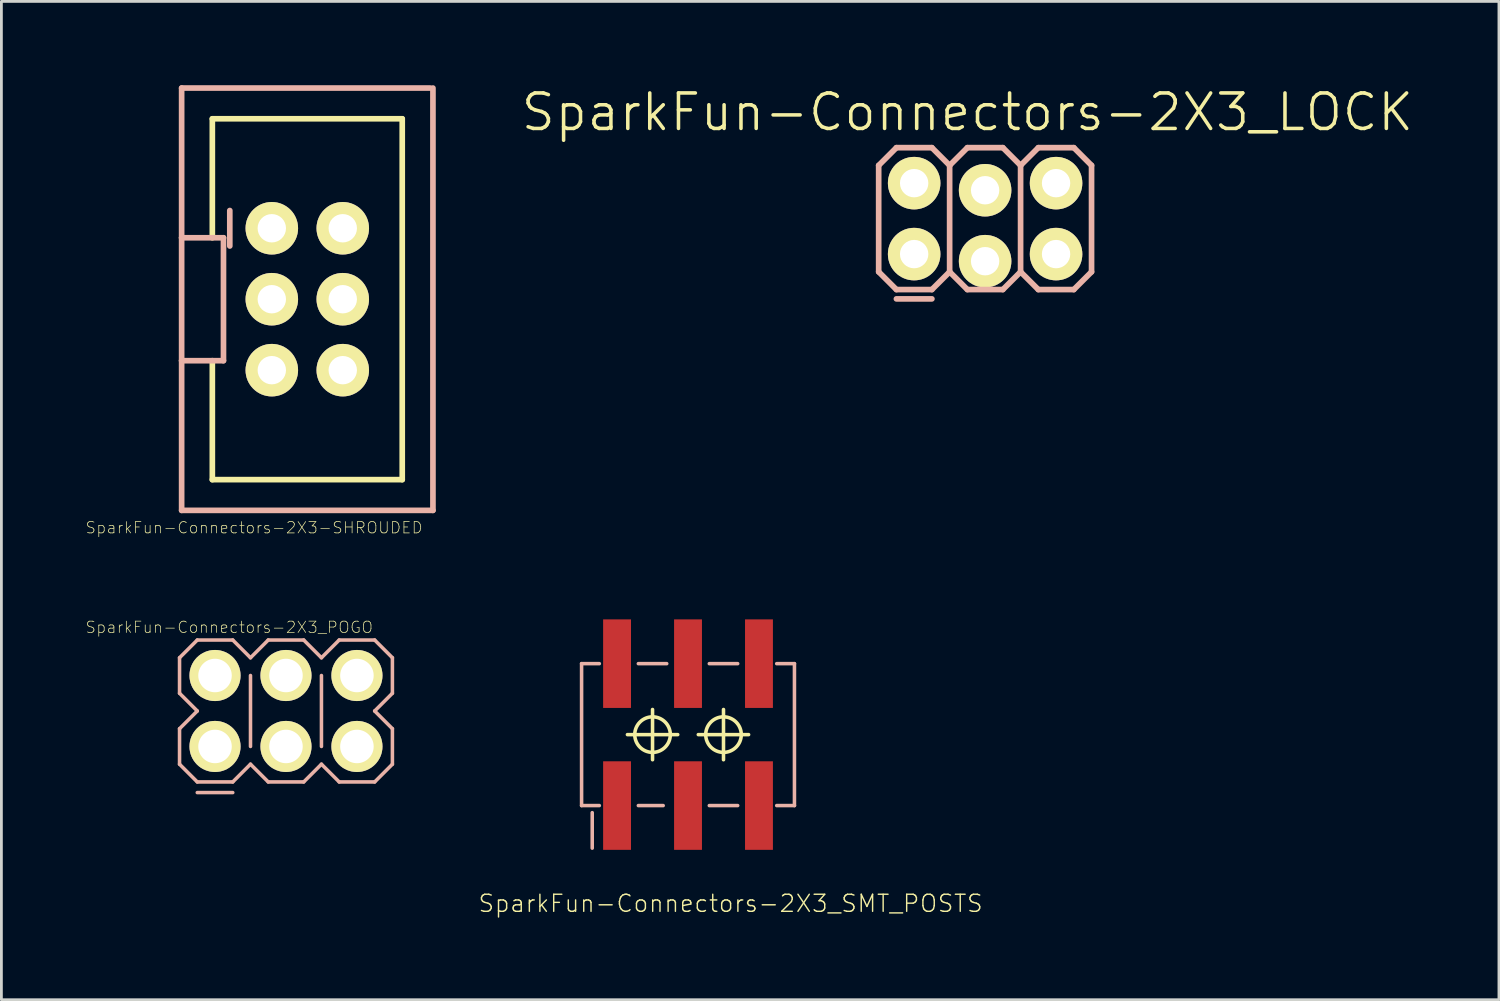
<source format=kicad_pcb>
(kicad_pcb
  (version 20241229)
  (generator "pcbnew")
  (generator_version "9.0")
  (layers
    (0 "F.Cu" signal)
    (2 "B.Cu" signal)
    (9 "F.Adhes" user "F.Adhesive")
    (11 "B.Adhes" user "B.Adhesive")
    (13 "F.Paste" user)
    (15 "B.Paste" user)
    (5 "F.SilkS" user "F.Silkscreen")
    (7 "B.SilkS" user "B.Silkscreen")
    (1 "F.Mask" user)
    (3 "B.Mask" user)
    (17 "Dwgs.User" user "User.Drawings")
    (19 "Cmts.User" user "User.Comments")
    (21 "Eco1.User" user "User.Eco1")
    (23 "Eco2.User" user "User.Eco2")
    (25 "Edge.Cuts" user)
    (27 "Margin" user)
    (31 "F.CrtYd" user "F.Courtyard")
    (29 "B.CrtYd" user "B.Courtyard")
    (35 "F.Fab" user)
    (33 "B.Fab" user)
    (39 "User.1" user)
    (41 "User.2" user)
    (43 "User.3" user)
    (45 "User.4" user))
  (footprint "SparkFun-Connectors-2X3_SMT_POSTS"
    (layer "F.Cu")
    (at 21.579 23.247)
    (property "Reference" "SparkFun-Connectors-2X3_SMT_POSTS" (at 1.524 6.045 0) (layer "F.SilkS") (effects (font (size 0.61 0.61) (thickness 0.051))))
    (attr smd)
    (fp_line (start -2.169 0) (end -0.368 0) (stroke (width 0.127) (type solid)) (layer "F.SilkS"))
    (fp_line (start -1.27 0.899) (end -1.27 -0.899) (stroke (width 0.127) (type solid)) (layer "F.SilkS"))
    (fp_line (start 0.368 0) (end 2.169 0) (stroke (width 0.127) (type solid)) (layer "F.SilkS"))
    (fp_line (start 1.27 0.899) (end 1.27 -0.899) (stroke (width 0.127) (type solid)) (layer "F.SilkS"))
    (fp_circle (center -1.27 0) (end -1.72 0.45) (stroke (width 0.127) (type solid)) (fill no) (layer "F.SilkS"))
    (fp_circle (center 1.27 0) (end 1.72 0.45) (stroke (width 0.127) (type solid)) (fill no) (layer "F.SilkS"))
    (fp_line (start -3.81 -2.54) (end -3.81 2.54) (stroke (width 0.127) (type solid)) (layer "B.SilkS"))
    (fp_line (start -3.81 2.54) (end -3.175 2.54) (stroke (width 0.127) (type solid)) (layer "B.SilkS"))
    (fp_line (start -3.429 4.064) (end -3.429 2.794) (stroke (width 0.127) (type solid)) (layer "B.SilkS"))
    (fp_line (start -3.175 -2.54) (end -3.81 -2.54) (stroke (width 0.127) (type solid)) (layer "B.SilkS"))
    (fp_line (start -1.778 -2.54) (end -0.762 -2.54) (stroke (width 0.127) (type solid)) (layer "B.SilkS"))
    (fp_line (start -1.778 2.54) (end -0.889 2.54) (stroke (width 0.127) (type solid)) (layer "B.SilkS"))
    (fp_line (start 0.762 -2.54) (end 1.778 -2.54) (stroke (width 0.127) (type solid)) (layer "B.SilkS"))
    (fp_line (start 0.762 2.54) (end 1.778 2.54) (stroke (width 0.127) (type solid)) (layer "B.SilkS"))
    (fp_line (start 3.175 -2.54) (end 3.81 -2.54) (stroke (width 0.127) (type solid)) (layer "B.SilkS"))
    (fp_line (start 3.81 -2.54) (end 3.81 2.54) (stroke (width 0.127) (type solid)) (layer "B.SilkS"))
    (fp_line (start 3.81 2.54) (end 3.175 2.54) (stroke (width 0.127) (type solid)) (layer "B.SilkS"))
    (pad "1" smd rect (at -2.54 2.54 90) (size 3.17 0.998) (layers "F.Cu" "F.Mask" "F.Paste"))
    (pad "2" smd rect (at -2.54 -2.54 90) (size 3.17 0.998) (layers "F.Cu" "F.Mask" "F.Paste"))
    (pad "3" smd rect (at 0 2.54 90) (size 3.17 0.998) (layers "F.Cu" "F.Mask" "F.Paste"))
    (pad "4" smd rect (at 0 -2.54 90) (size 3.17 0.998) (layers "F.Cu" "F.Mask" "F.Paste"))
    (pad "5" smd rect (at 2.54 2.54 90) (size 3.17 0.998) (layers "F.Cu" "F.Mask" "F.Paste"))
    (pad "6" smd rect (at 2.54 -2.54 90) (size 3.17 0.998) (layers "F.Cu" "F.Mask" "F.Paste")))
  (footprint "SparkFun-Connectors-2X3_POGO"
    (layer "F.Cu")
    (at 4.647 23.671)
    (property "Reference" "SparkFun-Connectors-2X3_POGO" (at 0.508 -4.267 0) (layer "F.SilkS") (effects (font (size 0.406 0.406) (thickness 0.025))))
    (attr exclude_from_pos_files exclude_from_bom)
    (fp_line (start -1.27 -3.175) (end -0.635 -3.81) (stroke (width 0.127) (type solid)) (layer "B.SilkS"))
    (fp_line (start -1.27 -1.905) (end -1.27 -3.175) (stroke (width 0.127) (type solid)) (layer "B.SilkS"))
    (fp_line (start -1.27 -0.635) (end -0.635 -1.27) (stroke (width 0.127) (type solid)) (layer "B.SilkS"))
    (fp_line (start -1.27 0.635) (end -1.27 -0.635) (stroke (width 0.127) (type solid)) (layer "B.SilkS"))
    (fp_line (start -0.635 -3.81) (end 0.635 -3.81) (stroke (width 0.127) (type solid)) (layer "B.SilkS"))
    (fp_line (start -0.635 -1.27) (end -1.27 -1.905) (stroke (width 0.127) (type solid)) (layer "B.SilkS"))
    (fp_line (start -0.635 1.27) (end -1.27 0.635) (stroke (width 0.127) (type solid)) (layer "B.SilkS"))
    (fp_line (start -0.635 1.651) (end 0.635 1.651) (stroke (width 0.127) (type solid)) (layer "B.SilkS"))
    (fp_line (start 0.635 -3.81) (end 1.27 -3.175) (stroke (width 0.127) (type solid)) (layer "B.SilkS"))
    (fp_line (start 0.635 1.27) (end -0.635 1.27) (stroke (width 0.127) (type solid)) (layer "B.SilkS"))
    (fp_line (start 1.27 -3.175) (end 1.905 -3.81) (stroke (width 0.127) (type solid)) (layer "B.SilkS"))
    (fp_line (start 1.27 -2.54) (end 1.27 0) (stroke (width 0.127) (type solid)) (layer "B.SilkS"))
    (fp_line (start 1.27 0.635) (end 0.635 1.27) (stroke (width 0.127) (type solid)) (layer "B.SilkS"))
    (fp_line (start 1.905 -3.81) (end 3.175 -3.81) (stroke (width 0.127) (type solid)) (layer "B.SilkS"))
    (fp_line (start 1.905 1.27) (end 1.27 0.635) (stroke (width 0.127) (type solid)) (layer "B.SilkS"))
    (fp_line (start 3.175 -3.81) (end 3.81 -3.175) (stroke (width 0.127) (type solid)) (layer "B.SilkS"))
    (fp_line (start 3.175 1.27) (end 1.905 1.27) (stroke (width 0.127) (type solid)) (layer "B.SilkS"))
    (fp_line (start 3.81 -3.175) (end 4.445 -3.81) (stroke (width 0.127) (type solid)) (layer "B.SilkS"))
    (fp_line (start 3.81 -2.54) (end 3.81 0) (stroke (width 0.127) (type solid)) (layer "B.SilkS"))
    (fp_line (start 3.81 0.635) (end 3.175 1.27) (stroke (width 0.127) (type solid)) (layer "B.SilkS"))
    (fp_line (start 4.445 -3.81) (end 5.715 -3.81) (stroke (width 0.127) (type solid)) (layer "B.SilkS"))
    (fp_line (start 4.445 1.27) (end 3.81 0.635) (stroke (width 0.127) (type solid)) (layer "B.SilkS"))
    (fp_line (start 5.715 -3.81) (end 6.35 -3.175) (stroke (width 0.127) (type solid)) (layer "B.SilkS"))
    (fp_line (start 5.715 -1.27) (end 6.35 -0.635) (stroke (width 0.127) (type solid)) (layer "B.SilkS"))
    (fp_line (start 5.715 1.27) (end 4.445 1.27) (stroke (width 0.127) (type solid)) (layer "B.SilkS"))
    (fp_line (start 6.35 -3.175) (end 6.35 -1.905) (stroke (width 0.127) (type solid)) (layer "B.SilkS"))
    (fp_line (start 6.35 -1.905) (end 5.715 -1.27) (stroke (width 0.127) (type solid)) (layer "B.SilkS"))
    (fp_line (start 6.35 -0.635) (end 6.35 0.635) (stroke (width 0.127) (type solid)) (layer "B.SilkS"))
    (fp_line (start 6.35 0.635) (end 5.715 1.27) (stroke (width 0.127) (type solid)) (layer "B.SilkS"))
    (pad "P$1" thru_hole circle (at 0 0) (size 1.829 1.829) (drill 1.199) (layers "*.Cu" "F.Mask" "F.SilkS" "F.Paste"))
    (pad "P$2" thru_hole circle (at 0 -2.54) (size 1.829 1.829) (drill 1.199) (layers "*.Cu" "F.Mask" "F.SilkS" "F.Paste"))
    (pad "P$3" thru_hole circle (at 2.54 0) (size 1.829 1.829) (drill 1.199) (layers "*.Cu" "F.Mask" "F.SilkS" "F.Paste"))
    (pad "P$4" thru_hole circle (at 2.54 -2.54) (size 1.829 1.829) (drill 1.199) (layers "*.Cu" "F.Mask" "F.SilkS" "F.Paste"))
    (pad "P$5" thru_hole circle (at 5.08 0) (size 1.829 1.829) (drill 1.199) (layers "*.Cu" "F.Mask" "F.SilkS" "F.Paste"))
    (pad "P$6" thru_hole circle (at 5.08 -2.54) (size 1.829 1.829) (drill 1.199) (layers "*.Cu" "F.Mask" "F.SilkS" "F.Paste")))
  (footprint "SparkFun-Connectors-2X3-SHROUDED"
    (layer "F.Cu")
    (at 7.95 7.661)
    (property "Reference" "SparkFun-Connectors-2X3-SHROUDED" (at -1.905 8.179 0) (layer "F.SilkS") (effects (font (size 0.406 0.406) (thickness 0.025))))
    (attr exclude_from_pos_files exclude_from_bom)
    (fp_line (start -3.399 -6.459) (end -3.399 -2.2) (stroke (width 0.203) (type solid)) (layer "F.SilkS"))
    (fp_line (start -3.399 -6.459) (end 3.399 -6.459) (stroke (width 0.203) (type solid)) (layer "F.SilkS"))
    (fp_line (start -3.399 6.459) (end -3.399 2.2) (stroke (width 0.203) (type solid)) (layer "F.SilkS"))
    (fp_line (start -3.399 6.459) (end 3.399 6.459) (stroke (width 0.203) (type solid)) (layer "F.SilkS"))
    (fp_line (start -1.524 -2.794) (end -1.016 -2.794) (stroke (width 0.066) (type solid)) (layer "F.SilkS"))
    (fp_line (start -1.524 -2.286) (end -1.524 -2.794) (stroke (width 0.066) (type solid)) (layer "F.SilkS"))
    (fp_line (start -1.524 -2.286) (end -1.016 -2.286) (stroke (width 0.066) (type solid)) (layer "F.SilkS"))
    (fp_line (start -1.524 -0.254) (end -1.016 -0.254) (stroke (width 0.066) (type solid)) (layer "F.SilkS"))
    (fp_line (start -1.524 0.254) (end -1.524 -0.254) (stroke (width 0.066) (type solid)) (layer "F.SilkS"))
    (fp_line (start -1.524 0.254) (end -1.016 0.254) (stroke (width 0.066) (type solid)) (layer "F.SilkS"))
    (fp_line (start -1.524 2.286) (end -1.016 2.286) (stroke (width 0.066) (type solid)) (layer "F.SilkS"))
    (fp_line (start -1.524 2.286) (end -1.016 2.286) (stroke (width 0.066) (type solid)) (layer "F.SilkS"))
    (fp_line (start -1.524 2.794) (end -1.524 2.286) (stroke (width 0.066) (type solid)) (layer "F.SilkS"))
    (fp_line (start -1.524 2.794) (end -1.524 2.286) (stroke (width 0.066) (type solid)) (layer "F.SilkS"))
    (fp_line (start -1.524 2.794) (end -1.016 2.794) (stroke (width 0.066) (type solid)) (layer "F.SilkS"))
    (fp_line (start -1.524 2.794) (end -1.016 2.794) (stroke (width 0.066) (type solid)) (layer "F.SilkS"))
    (fp_line (start -1.016 -2.286) (end -1.016 -2.794) (stroke (width 0.066) (type solid)) (layer "F.SilkS"))
    (fp_line (start -1.016 0.254) (end -1.016 -0.254) (stroke (width 0.066) (type solid)) (layer "F.SilkS"))
    (fp_line (start -1.016 2.794) (end -1.016 2.286) (stroke (width 0.066) (type solid)) (layer "F.SilkS"))
    (fp_line (start -1.016 2.794) (end -1.016 2.286) (stroke (width 0.066) (type solid)) (layer "F.SilkS"))
    (fp_line (start 1.016 -2.794) (end 1.524 -2.794) (stroke (width 0.066) (type solid)) (layer "F.SilkS"))
    (fp_line (start 1.016 -2.286) (end 1.016 -2.794) (stroke (width 0.066) (type solid)) (layer "F.SilkS"))
    (fp_line (start 1.016 -2.286) (end 1.524 -2.286) (stroke (width 0.066) (type solid)) (layer "F.SilkS"))
    (fp_line (start 1.016 -0.254) (end 1.524 -0.254) (stroke (width 0.066) (type solid)) (layer "F.SilkS"))
    (fp_line (start 1.016 0.254) (end 1.016 -0.254) (stroke (width 0.066) (type solid)) (layer "F.SilkS"))
    (fp_line (start 1.016 0.254) (end 1.524 0.254) (stroke (width 0.066) (type solid)) (layer "F.SilkS"))
    (fp_line (start 1.016 2.286) (end 1.524 2.286) (stroke (width 0.066) (type solid)) (layer "F.SilkS"))
    (fp_line (start 1.016 2.286) (end 1.524 2.286) (stroke (width 0.066) (type solid)) (layer "F.SilkS"))
    (fp_line (start 1.016 2.794) (end 1.016 2.286) (stroke (width 0.066) (type solid)) (layer "F.SilkS"))
    (fp_line (start 1.016 2.794) (end 1.016 2.286) (stroke (width 0.066) (type solid)) (layer "F.SilkS"))
    (fp_line (start 1.016 2.794) (end 1.524 2.794) (stroke (width 0.066) (type solid)) (layer "F.SilkS"))
    (fp_line (start 1.016 2.794) (end 1.524 2.794) (stroke (width 0.066) (type solid)) (layer "F.SilkS"))
    (fp_line (start 1.524 -2.286) (end 1.524 -2.794) (stroke (width 0.066) (type solid)) (layer "F.SilkS"))
    (fp_line (start 1.524 0.254) (end 1.524 -0.254) (stroke (width 0.066) (type solid)) (layer "F.SilkS"))
    (fp_line (start 1.524 2.794) (end 1.524 2.286) (stroke (width 0.066) (type solid)) (layer "F.SilkS"))
    (fp_line (start 1.524 2.794) (end 1.524 2.286) (stroke (width 0.066) (type solid)) (layer "F.SilkS"))
    (fp_line (start 3.399 -6.459) (end 3.399 6.459) (stroke (width 0.203) (type solid)) (layer "F.SilkS"))
    (fp_line (start -4.498 -7.559) (end 4.399 -7.559) (stroke (width 0.203) (type solid)) (layer "B.SilkS"))
    (fp_line (start -4.498 -2.2) (end -4.498 -7.559) (stroke (width 0.203) (type solid)) (layer "B.SilkS"))
    (fp_line (start -4.498 -2.2) (end -3 -2.2) (stroke (width 0.203) (type solid)) (layer "B.SilkS"))
    (fp_line (start -4.498 2.2) (end -4.498 -2.2) (stroke (width 0.203) (type solid)) (layer "B.SilkS"))
    (fp_line (start -4.498 7.559) (end -4.498 2.2) (stroke (width 0.203) (type solid)) (layer "B.SilkS"))
    (fp_line (start -3 -2.2) (end -3 2.2) (stroke (width 0.203) (type solid)) (layer "B.SilkS"))
    (fp_line (start -3 2.2) (end -4.498 2.2) (stroke (width 0.203) (type solid)) (layer "B.SilkS"))
    (fp_line (start -2.774 -3.175) (end -2.774 -1.905) (stroke (width 0.203) (type solid)) (layer "B.SilkS"))
    (fp_line (start 4.498 -7.559) (end 4.498 7.559) (stroke (width 0.203) (type solid)) (layer "B.SilkS"))
    (fp_line (start 4.498 7.559) (end -4.498 7.559) (stroke (width 0.203) (type solid)) (layer "B.SilkS"))
    (pad "1" thru_hole circle (at -1.27 -2.54) (size 1.88 1.88) (drill 1.016) (layers "*.Cu" "F.Mask" "F.SilkS" "F.Paste"))
    (pad "2" thru_hole circle (at 1.27 -2.54) (size 1.88 1.88) (drill 1.016) (layers "*.Cu" "F.Mask" "F.SilkS" "F.Paste"))
    (pad "3" thru_hole circle (at -1.27 0) (size 1.88 1.88) (drill 1.016) (layers "*.Cu" "F.Mask" "F.SilkS" "F.Paste"))
    (pad "4" thru_hole circle (at 1.27 0) (size 1.88 1.88) (drill 1.016) (layers "*.Cu" "F.Mask" "F.SilkS" "F.Paste"))
    (pad "5" thru_hole circle (at -1.27 2.54) (size 1.88 1.88) (drill 1.016) (layers "*.Cu" "F.Mask" "F.SilkS" "F.Paste"))
    (pad "6" thru_hole circle (at 1.27 2.54) (size 1.88 1.88) (drill 1.016) (layers "*.Cu" "F.Mask" "F.SilkS" "F.Paste")))
  (footprint "SparkFun-Connectors-2X3_LOCK"
    (layer "F.Cu")
    (at 29.674 6.046)
    (property "Reference" "SparkFun-Connectors-2X3_LOCK" (at 1.905 -5.08 0) (layer "F.SilkS") (effects (font (size 1.27 1.27) (thickness 0.127))))
    (attr exclude_from_pos_files exclude_from_bom)
    (fp_line (start -0.254 -2.794) (end 0.254 -2.794) (stroke (width 0.066) (type solid)) (layer "F.SilkS"))
    (fp_line (start -0.254 -2.286) (end -0.254 -2.794) (stroke (width 0.066) (type solid)) (layer "F.SilkS"))
    (fp_line (start -0.254 -2.286) (end 0.254 -2.286) (stroke (width 0.066) (type solid)) (layer "F.SilkS"))
    (fp_line (start -0.254 -0.254) (end 0.254 -0.254) (stroke (width 0.066) (type solid)) (layer "F.SilkS"))
    (fp_line (start -0.254 0.254) (end -0.254 -0.254) (stroke (width 0.066) (type solid)) (layer "F.SilkS"))
    (fp_line (start -0.254 0.254) (end 0.254 0.254) (stroke (width 0.066) (type solid)) (layer "F.SilkS"))
    (fp_line (start 0.254 -2.286) (end 0.254 -2.794) (stroke (width 0.066) (type solid)) (layer "F.SilkS"))
    (fp_line (start 0.254 0.254) (end 0.254 -0.254) (stroke (width 0.066) (type solid)) (layer "F.SilkS"))
    (fp_line (start 2.286 -2.794) (end 2.794 -2.794) (stroke (width 0.066) (type solid)) (layer "F.SilkS"))
    (fp_line (start 2.286 -2.286) (end 2.286 -2.794) (stroke (width 0.066) (type solid)) (layer "F.SilkS"))
    (fp_line (start 2.286 -2.286) (end 2.794 -2.286) (stroke (width 0.066) (type solid)) (layer "F.SilkS"))
    (fp_line (start 2.286 -0.254) (end 2.794 -0.254) (stroke (width 0.066) (type solid)) (layer "F.SilkS"))
    (fp_line (start 2.286 0.254) (end 2.286 -0.254) (stroke (width 0.066) (type solid)) (layer "F.SilkS"))
    (fp_line (start 2.286 0.254) (end 2.794 0.254) (stroke (width 0.066) (type solid)) (layer "F.SilkS"))
    (fp_line (start 2.794 -2.286) (end 2.794 -2.794) (stroke (width 0.066) (type solid)) (layer "F.SilkS"))
    (fp_line (start 2.794 0.254) (end 2.794 -0.254) (stroke (width 0.066) (type solid)) (layer "F.SilkS"))
    (fp_line (start 4.826 -2.794) (end 5.334 -2.794) (stroke (width 0.066) (type solid)) (layer "F.SilkS"))
    (fp_line (start 4.826 -2.286) (end 4.826 -2.794) (stroke (width 0.066) (type solid)) (layer "F.SilkS"))
    (fp_line (start 4.826 -2.286) (end 5.334 -2.286) (stroke (width 0.066) (type solid)) (layer "F.SilkS"))
    (fp_line (start 4.826 -0.254) (end 5.334 -0.254) (stroke (width 0.066) (type solid)) (layer "F.SilkS"))
    (fp_line (start 4.826 0.254) (end 4.826 -0.254) (stroke (width 0.066) (type solid)) (layer "F.SilkS"))
    (fp_line (start 4.826 0.254) (end 5.334 0.254) (stroke (width 0.066) (type solid)) (layer "F.SilkS"))
    (fp_line (start 5.334 -2.286) (end 5.334 -2.794) (stroke (width 0.066) (type solid)) (layer "F.SilkS"))
    (fp_line (start 5.334 0.254) (end 5.334 -0.254) (stroke (width 0.066) (type solid)) (layer "F.SilkS"))
    (fp_line (start -1.27 -3.175) (end -0.635 -3.81) (stroke (width 0.203) (type solid)) (layer "B.SilkS"))
    (fp_line (start -1.27 0.635) (end -1.27 -3.175) (stroke (width 0.203) (type solid)) (layer "B.SilkS"))
    (fp_line (start -1.27 0.635) (end -0.635 1.27) (stroke (width 0.203) (type solid)) (layer "B.SilkS"))
    (fp_line (start -0.635 -3.81) (end 0.635 -3.81) (stroke (width 0.203) (type solid)) (layer "B.SilkS"))
    (fp_line (start -0.635 1.27) (end 0.635 1.27) (stroke (width 0.203) (type solid)) (layer "B.SilkS"))
    (fp_line (start 0.635 -3.81) (end 1.27 -3.175) (stroke (width 0.203) (type solid)) (layer "B.SilkS"))
    (fp_line (start 0.635 1.27) (end 1.27 0.635) (stroke (width 0.203) (type solid)) (layer "B.SilkS"))
    (fp_line (start 0.635 1.603) (end -0.635 1.603) (stroke (width 0.203) (type solid)) (layer "B.SilkS"))
    (fp_line (start 1.27 -3.175) (end 1.27 0.635) (stroke (width 0.203) (type solid)) (layer "B.SilkS"))
    (fp_line (start 1.27 -3.175) (end 1.905 -3.81) (stroke (width 0.203) (type solid)) (layer "B.SilkS"))
    (fp_line (start 1.27 0.635) (end 1.905 1.27) (stroke (width 0.203) (type solid)) (layer "B.SilkS"))
    (fp_line (start 1.905 -3.81) (end 3.175 -3.81) (stroke (width 0.203) (type solid)) (layer "B.SilkS"))
    (fp_line (start 1.905 1.27) (end 3.175 1.27) (stroke (width 0.203) (type solid)) (layer "B.SilkS"))
    (fp_line (start 3.175 -3.81) (end 3.81 -3.175) (stroke (width 0.203) (type solid)) (layer "B.SilkS"))
    (fp_line (start 3.175 1.27) (end 3.81 0.635) (stroke (width 0.203) (type solid)) (layer "B.SilkS"))
    (fp_line (start 3.81 -3.175) (end 3.81 0.635) (stroke (width 0.203) (type solid)) (layer "B.SilkS"))
    (fp_line (start 3.81 -3.175) (end 4.445 -3.81) (stroke (width 0.203) (type solid)) (layer "B.SilkS"))
    (fp_line (start 3.81 0.635) (end 4.445 1.27) (stroke (width 0.203) (type solid)) (layer "B.SilkS"))
    (fp_line (start 4.445 -3.81) (end 5.715 -3.81) (stroke (width 0.203) (type solid)) (layer "B.SilkS"))
    (fp_line (start 4.445 1.27) (end 5.715 1.27) (stroke (width 0.203) (type solid)) (layer "B.SilkS"))
    (fp_line (start 5.715 -3.81) (end 6.35 -3.175) (stroke (width 0.203) (type solid)) (layer "B.SilkS"))
    (fp_line (start 5.715 1.27) (end 6.35 0.635) (stroke (width 0.203) (type solid)) (layer "B.SilkS"))
    (fp_line (start 6.35 -3.175) (end 6.35 0.635) (stroke (width 0.203) (type solid)) (layer "B.SilkS"))
    (pad "1" thru_hole circle (at 0 0) (size 1.88 1.88) (drill 1.016) (layers "*.Cu" "F.Mask" "F.SilkS" "F.Paste"))
    (pad "2" thru_hole circle (at 0 -2.54) (size 1.88 1.88) (drill 1.016) (layers "*.Cu" "F.Mask" "F.SilkS" "F.Paste"))
    (pad "3" thru_hole circle (at 2.54 0.254) (size 1.88 1.88) (drill 1.016) (layers "*.Cu" "F.Mask" "F.SilkS" "F.Paste"))
    (pad "4" thru_hole circle (at 2.54 -2.286) (size 1.88 1.88) (drill 1.016) (layers "*.Cu" "F.Mask" "F.SilkS" "F.Paste"))
    (pad "5" thru_hole circle (at 5.08 0) (size 1.88 1.88) (drill 1.016) (layers "*.Cu" "F.Mask" "F.SilkS" "F.Paste"))
    (pad "6" thru_hole circle (at 5.08 -2.54) (size 1.88 1.88) (drill 1.016) (layers "*.Cu" "F.Mask" "F.SilkS" "F.Paste")))
  (gr_rect
    (start -3 -3)
    (end 50.608 32.738)
    (stroke (width 0.1) (type default))
    (fill no)
    (layer "Edge.Cuts")))
</source>
